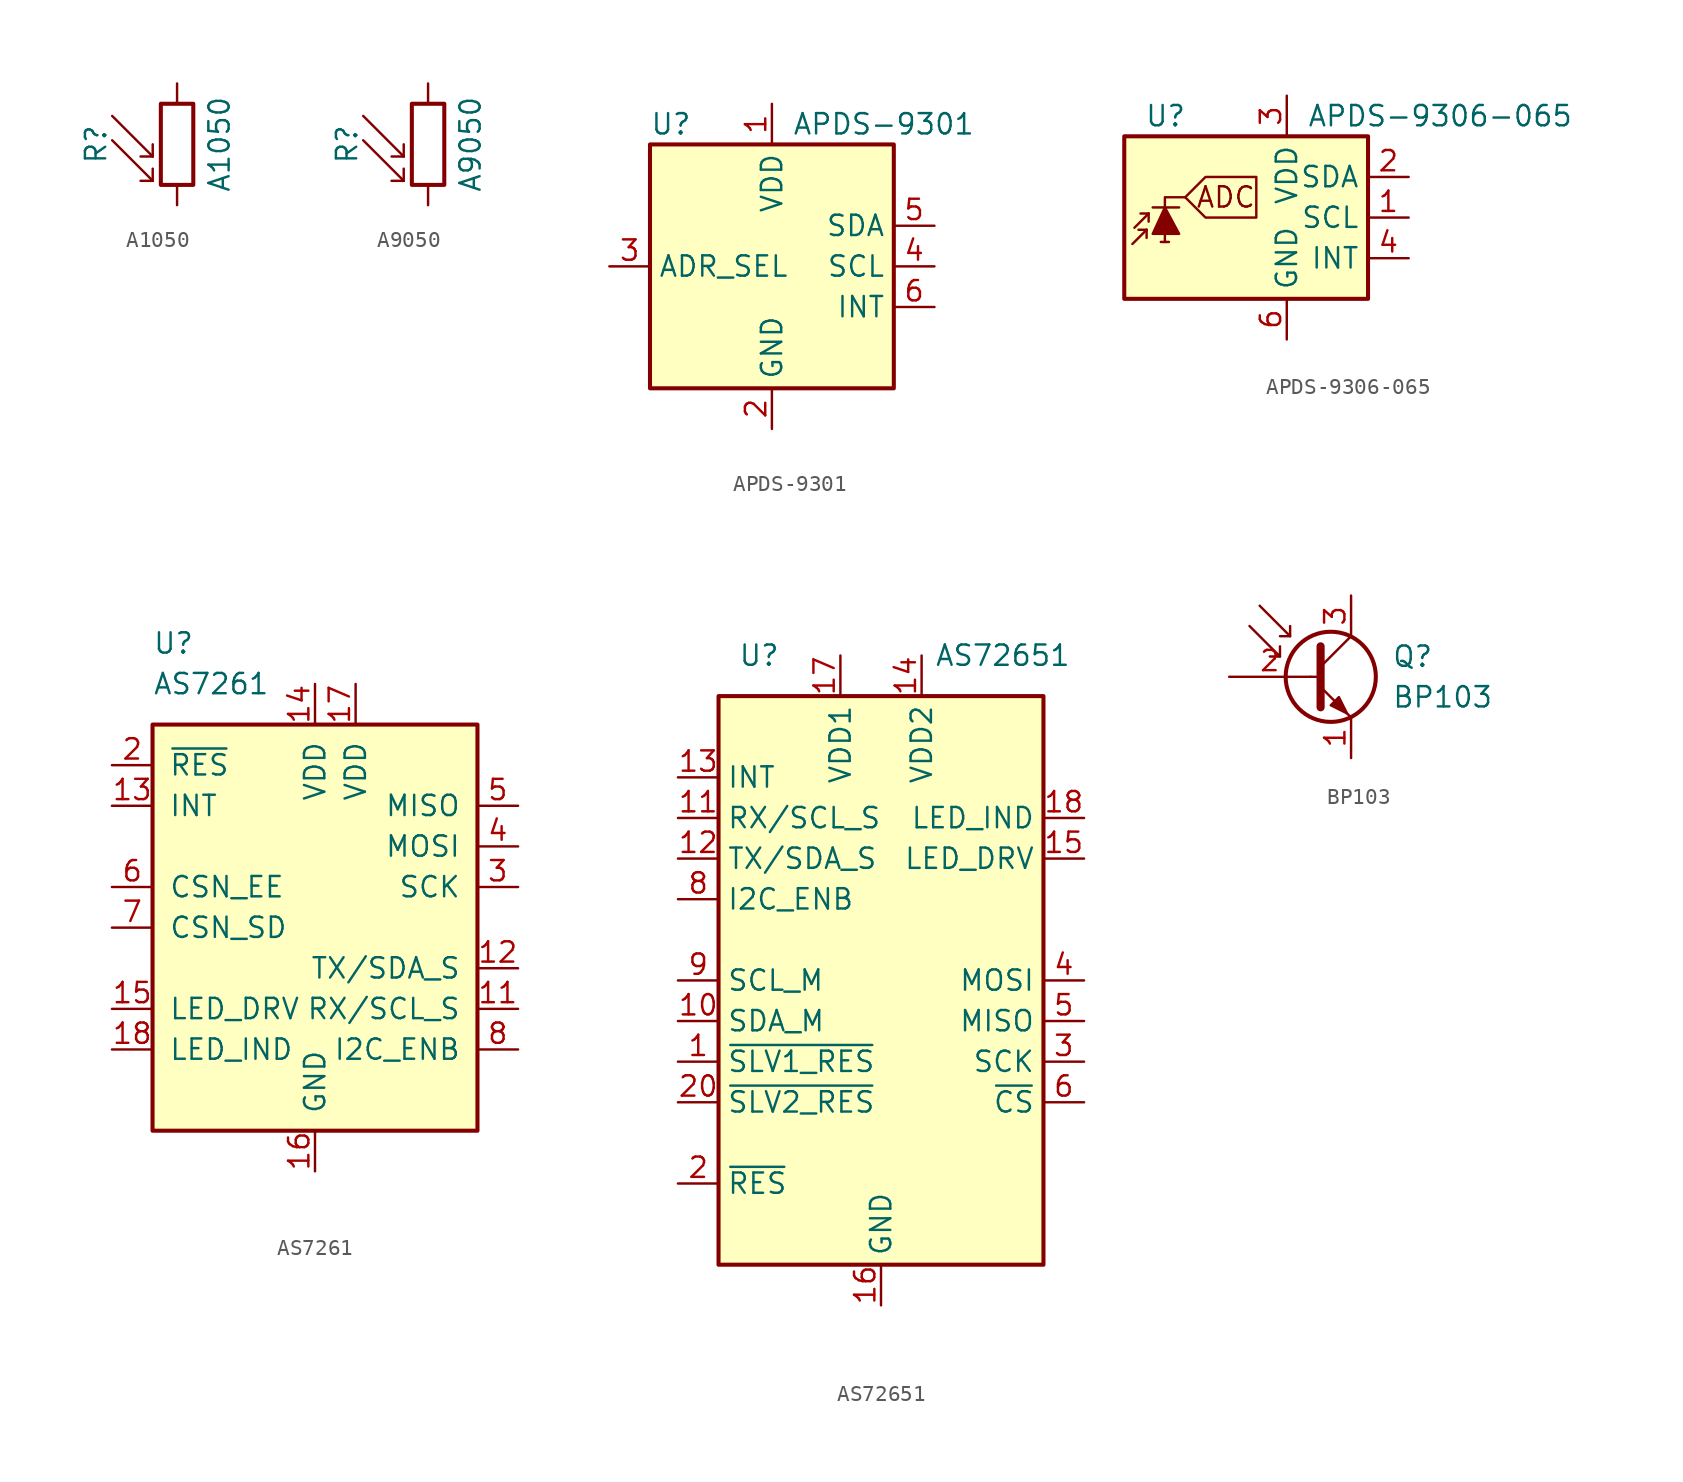
<source format=kicad_sym>
(kicad_symbol_lib
  (version 20201005)
  (generator kicad_symbol_editor)
  (symbol "A1050"
    (pin_numbers hide)
    (pin_names
      (offset 0))
    (property "Reference" "R"
      (at -5.08 0 90)
      (effects (font (size 1.27 1.27))))
    (property "Value" "A1050"
      (at 1.905 0 90)
      (effects (font (size 1.27 1.27)) (justify top)))
    (symbol "A1050_0_1"
      (rectangle (start -1.016 2.54) (end 1.016 -2.54) (stroke (width 0.254)) (fill (type none)))
      (polyline (pts (xy -1.524 -2.286) (xy -4.064 0.254)) (stroke (width 0)) (fill (type none)))
      (polyline (pts (xy -1.524 -2.286) (xy -2.286 -2.286)) (stroke (width 0)) (fill (type none)))
      (polyline (pts (xy -1.524 -2.286) (xy -1.524 -1.524)) (stroke (width 0)) (fill (type none)))
      (polyline (pts (xy -1.524 -0.762) (xy -4.064 1.778)) (stroke (width 0)) (fill (type none)))
      (polyline (pts (xy -1.524 -0.762) (xy -2.286 -0.762)) (stroke (width 0)) (fill (type none)))
      (polyline (pts (xy -1.524 -0.762) (xy -1.524 0)) (stroke (width 0)) (fill (type none))))
    (symbol "A1050_1_1"
      (pin passive line (at 0 3.81 270) (length 1.27) (name "~" (effects (font (size 1.27 1.27)))) (number "1" (effects (font (size 1.27 1.27)))))
      (pin passive line (at 0 -3.81 90) (length 1.27) (name "~" (effects (font (size 1.27 1.27)))) (number "2" (effects (font (size 1.27 1.27)))))))
  (symbol "A9050"
    (pin_numbers hide)
    (pin_names
      (offset 0))
    (property "Reference" "R"
      (at -5.08 0 90)
      (effects (font (size 1.27 1.27))))
    (property "Value" "A9050"
      (at 1.905 0 90)
      (effects (font (size 1.27 1.27)) (justify top)))
    (symbol "A9050_0_1"
      (rectangle (start -1.016 2.54) (end 1.016 -2.54) (stroke (width 0.254)) (fill (type none)))
      (polyline (pts (xy -1.524 -2.286) (xy -4.064 0.254)) (stroke (width 0)) (fill (type none)))
      (polyline (pts (xy -1.524 -2.286) (xy -2.286 -2.286)) (stroke (width 0)) (fill (type none)))
      (polyline (pts (xy -1.524 -2.286) (xy -1.524 -1.524)) (stroke (width 0)) (fill (type none)))
      (polyline (pts (xy -1.524 -0.762) (xy -4.064 1.778)) (stroke (width 0)) (fill (type none)))
      (polyline (pts (xy -1.524 -0.762) (xy -2.286 -0.762)) (stroke (width 0)) (fill (type none)))
      (polyline (pts (xy -1.524 -0.762) (xy -1.524 0)) (stroke (width 0)) (fill (type none))))
    (symbol "A9050_1_1"
      (pin passive line (at 0 3.81 270) (length 1.27) (name "~" (effects (font (size 1.27 1.27)))) (number "1" (effects (font (size 1.27 1.27)))))
      (pin passive line (at 0 -3.81 90) (length 1.27) (name "~" (effects (font (size 1.27 1.27)))) (number "2" (effects (font (size 1.27 1.27)))))))
  (symbol "APDS-9301"
    (property "Reference" "U"
      (at -7.62 8.89 0)
      (effects (font (size 1.27 1.27)) (justify left)))
    (property "Value" "APDS-9301"
      (at 1.27 8.89 0)
      (effects (font (size 1.27 1.27)) (justify left)))
    (symbol "APDS-9301_0_1"
      (rectangle (start -7.62 7.62) (end 7.62 -7.62) (stroke (width 0.254)) (fill (type background))))
    (symbol "APDS-9301_1_1"
      (pin power_in line (at 0 10.16 270) (length 2.54) (name "VDD" (effects (font (size 1.27 1.27)))) (number "1" (effects (font (size 1.27 1.27)))))
      (pin power_in line (at 0 -10.16 90) (length 2.54) (name "GND" (effects (font (size 1.27 1.27)))) (number "2" (effects (font (size 1.27 1.27)))))
      (pin input line (at -10.16 0 0) (length 2.54) (name "ADR_SEL" (effects (font (size 1.27 1.27)))) (number "3" (effects (font (size 1.27 1.27)))))
      (pin input line (at 10.16 0 180) (length 2.54) (name "SCL" (effects (font (size 1.27 1.27)))) (number "4" (effects (font (size 1.27 1.27)))))
      (pin bidirectional line (at 10.16 2.54 180) (length 2.54) (name "SDA" (effects (font (size 1.27 1.27)))) (number "5" (effects (font (size 1.27 1.27)))))
      (pin open_collector line (at 10.16 -2.54 180) (length 2.54) (name "INT" (effects (font (size 1.27 1.27)))) (number "6" (effects (font (size 1.27 1.27)))))))
  (symbol "APDS-9306-065"
    (property "Reference" "U"
      (at -6.35 6.35 0)
      (effects (font (size 1.27 1.27)) (justify left)))
    (property "Value" "APDS-9306-065"
      (at 3.81 6.35 0)
      (effects (font (size 1.27 1.27)) (justify left)))
    (symbol "APDS-9306-065_0_0"
      (text "ADC" (at -1.27 1.27 0) (effects (font (size 1.27 1.27))))
      (polyline (pts (xy -3.81 1.27) (xy -2.54 2.54) (xy 0.635 2.54) (xy 0.635 0) (xy -2.54 0) (xy -3.81 1.27)) (stroke (width 0)) (fill (type none))))
    (symbol "APDS-9306-065_0_1"
      (rectangle (start -7.62 5.08) (end 7.62 -5.08) (stroke (width 0.254)) (fill (type background))))
    (symbol "APDS-9306-065_1_0"
      (polyline (pts (xy -5.08 -1.524) (xy -5.08 1.27) (xy -3.81 1.27)) (stroke (width 0)) (fill (type none))))
    (symbol "APDS-9306-065_1_1"
      (polyline (pts (xy -6.223 -0.762) (xy -7.112 -1.651)) (stroke (width 0)) (fill (type none)))
      (polyline (pts (xy -6.223 -0.762) (xy -6.731 -0.762)) (stroke (width 0)) (fill (type none)))
      (polyline (pts (xy -6.223 -0.762) (xy -6.223 -1.27)) (stroke (width 0)) (fill (type none)))
      (polyline (pts (xy -6.096 0.254) (xy -6.985 -0.635)) (stroke (width 0)) (fill (type none)))
      (polyline (pts (xy -6.096 0.254) (xy -6.604 0.254)) (stroke (width 0)) (fill (type none)))
      (polyline (pts (xy -6.096 0.254) (xy -6.096 -0.254)) (stroke (width 0)) (fill (type none)))
      (polyline (pts (xy -5.842 0.635) (xy -4.191 0.635)) (stroke (width 0)) (fill (type none)))
      (polyline (pts (xy -4.826 -1.524) (xy -5.334 -1.524)) (stroke (width 0)) (fill (type none)))
      (polyline (pts (xy -5.842 -1.016) (xy -4.191 -1.016) (xy -5.08 0.635) (xy -5.842 -1.016)) (stroke (width 0)) (fill (type outline)))
      (pin input line (at 10.16 0 180) (length 2.54) (name "SCL" (effects (font (size 1.27 1.27)))) (number "1" (effects (font (size 1.27 1.27)))))
      (pin bidirectional line (at 10.16 2.54 180) (length 2.54) (name "SDA" (effects (font (size 1.27 1.27)))) (number "2" (effects (font (size 1.27 1.27)))))
      (pin power_in line (at 2.54 7.62 270) (length 2.54) (name "VDD" (effects (font (size 1.27 1.27)))) (number "3" (effects (font (size 1.27 1.27)))))
      (pin open_collector line (at 10.16 -2.54 180) (length 2.54) (name "INT" (effects (font (size 1.27 1.27)))) (number "4" (effects (font (size 1.27 1.27)))))
      (pin no_connect line (at -7.62 2.54 0) (length 2.54) hide (name "NC" (effects (font (size 1.27 1.27)))) (number "5" (effects (font (size 1.27 1.27)))))
      (pin power_in line (at 2.54 -7.62 90) (length 2.54) (name "GND" (effects (font (size 1.27 1.27)))) (number "6" (effects (font (size 1.27 1.27)))))))
  (symbol "AS7261"
    (pin_names
      (offset 1.016))
    (property "Reference" "U"
      (at -10.16 17.78 0)
      (effects (font (size 1.27 1.27)) (justify left)))
    (property "Value" "AS7261"
      (at -10.16 15.24 0)
      (effects (font (size 1.27 1.27)) (justify left)))
    (symbol "AS7261_0_1"
      (rectangle (start -10.16 12.7) (end 10.16 -12.7) (stroke (width 0.254)) (fill (type background))))
    (symbol "AS7261_1_1"
      (pin no_connect line (at 12.7 10.16 180) (length 2.54) hide (name "NF" (effects (font (size 1.27 1.27)))) (number "1" (effects (font (size 1.27 1.27)))))
      (pin no_connect line (at -12.7 5.08 0) (length 2.54) hide (name "NF" (effects (font (size 1.27 1.27)))) (number "10" (effects (font (size 1.27 1.27)))))
      (pin input line (at 12.7 -5.08 180) (length 2.54) (name "RX/SCL_S" (effects (font (size 1.27 1.27)))) (number "11" (effects (font (size 1.27 1.27)))))
      (pin bidirectional line (at 12.7 -2.54 180) (length 2.54) (name "TX/SDA_S" (effects (font (size 1.27 1.27)))) (number "12" (effects (font (size 1.27 1.27)))))
      (pin input line (at -12.7 7.62 0) (length 2.54) (name "INT" (effects (font (size 1.27 1.27)))) (number "13" (effects (font (size 1.27 1.27)))))
      (pin power_in line (at 0 15.24 270) (length 2.54) (name "VDD" (effects (font (size 1.27 1.27)))) (number "14" (effects (font (size 1.27 1.27)))))
      (pin output line (at -12.7 -5.08 0) (length 2.54) (name "LED_DRV" (effects (font (size 1.27 1.27)))) (number "15" (effects (font (size 1.27 1.27)))))
      (pin power_in line (at 0 -15.24 90) (length 2.54) (name "GND" (effects (font (size 1.27 1.27)))) (number "16" (effects (font (size 1.27 1.27)))))
      (pin power_in line (at 2.54 15.24 270) (length 2.54) (name "VDD" (effects (font (size 1.27 1.27)))) (number "17" (effects (font (size 1.27 1.27)))))
      (pin output line (at -12.7 -7.62 0) (length 2.54) (name "LED_IND" (effects (font (size 1.27 1.27)))) (number "18" (effects (font (size 1.27 1.27)))))
      (pin no_connect line (at -12.7 -2.54 0) (length 2.54) hide (name "NF" (effects (font (size 1.27 1.27)))) (number "19" (effects (font (size 1.27 1.27)))))
      (pin input line (at -12.7 10.16 0) (length 2.54) (name "~RES" (effects (font (size 1.27 1.27)))) (number "2" (effects (font (size 1.27 1.27)))))
      (pin no_connect line (at -12.7 -10.16 0) (length 2.54) hide (name "NF" (effects (font (size 1.27 1.27)))) (number "20" (effects (font (size 1.27 1.27)))))
      (pin input line (at 12.7 2.54 180) (length 2.54) (name "SCK" (effects (font (size 1.27 1.27)))) (number "3" (effects (font (size 1.27 1.27)))))
      (pin bidirectional line (at 12.7 5.08 180) (length 2.54) (name "MOSI" (effects (font (size 1.27 1.27)))) (number "4" (effects (font (size 1.27 1.27)))))
      (pin bidirectional line (at 12.7 7.62 180) (length 2.54) (name "MISO" (effects (font (size 1.27 1.27)))) (number "5" (effects (font (size 1.27 1.27)))))
      (pin input line (at -12.7 2.54 0) (length 2.54) (name "CSN_EE" (effects (font (size 1.27 1.27)))) (number "6" (effects (font (size 1.27 1.27)))))
      (pin input line (at -12.7 0 0) (length 2.54) (name "CSN_SD" (effects (font (size 1.27 1.27)))) (number "7" (effects (font (size 1.27 1.27)))))
      (pin input line (at 12.7 -7.62 180) (length 2.54) (name "I2C_ENB" (effects (font (size 1.27 1.27)))) (number "8" (effects (font (size 1.27 1.27)))))
      (pin no_connect line (at 12.7 -10.16 180) (length 2.54) hide (name "NF" (effects (font (size 1.27 1.27)))) (number "9" (effects (font (size 1.27 1.27)))))))
  (symbol "AS72651"
    (property "Reference" "U"
      (at -7.62 20.32 0)
      (effects (font (size 1.27 1.27))))
    (property "Value" "AS72651"
      (at 7.62 20.32 0)
      (effects (font (size 1.27 1.27))))
    (symbol "AS72651_0_1"
      (rectangle (start 10.16 -17.78) (end -10.16 17.78) (stroke (width 0.254)) (fill (type background))))
    (symbol "AS72651_1_1"
      (pin output line (at -12.7 -5.08 0) (length 2.54) (name "~SLV1_RES" (effects (font (size 1.27 1.27)))) (number "1" (effects (font (size 1.27 1.27)))))
      (pin bidirectional line (at -12.7 -2.54 0) (length 2.54) (name "SDA_M" (effects (font (size 1.27 1.27)))) (number "10" (effects (font (size 1.27 1.27)))))
      (pin input line (at -12.7 10.16 0) (length 2.54) (name "RX/SCL_S" (effects (font (size 1.27 1.27)))) (number "11" (effects (font (size 1.27 1.27)))))
      (pin bidirectional line (at -12.7 7.62 0) (length 2.54) (name "TX/SDA_S" (effects (font (size 1.27 1.27)))) (number "12" (effects (font (size 1.27 1.27)))))
      (pin output line (at -12.7 12.7 0) (length 2.54) (name "INT" (effects (font (size 1.27 1.27)))) (number "13" (effects (font (size 1.27 1.27)))))
      (pin power_in line (at 2.54 20.32 270) (length 2.54) (name "VDD2" (effects (font (size 1.27 1.27)))) (number "14" (effects (font (size 1.27 1.27)))))
      (pin output line (at 12.7 7.62 180) (length 2.54) (name "LED_DRV" (effects (font (size 1.27 1.27)))) (number "15" (effects (font (size 1.27 1.27)))))
      (pin power_in line (at 0 -20.32 90) (length 2.54) (name "GND" (effects (font (size 1.27 1.27)))) (number "16" (effects (font (size 1.27 1.27)))))
      (pin power_in line (at -2.54 20.32 270) (length 2.54) (name "VDD1" (effects (font (size 1.27 1.27)))) (number "17" (effects (font (size 1.27 1.27)))))
      (pin output line (at 12.7 10.16 180) (length 2.54) (name "LED_IND" (effects (font (size 1.27 1.27)))) (number "18" (effects (font (size 1.27 1.27)))))
      (pin no_connect line (at 10.16 -12.7 180) (length 2.54) hide (name "NC" (effects (font (size 1.27 1.27)))) (number "19" (effects (font (size 1.27 1.27)))))
      (pin input line (at -12.7 -12.7 0) (length 2.54) (name "~RES" (effects (font (size 1.27 1.27)))) (number "2" (effects (font (size 1.27 1.27)))))
      (pin output line (at -12.7 -7.62 0) (length 2.54) (name "~SLV2_RES" (effects (font (size 1.27 1.27)))) (number "20" (effects (font (size 1.27 1.27)))))
      (pin output line (at 12.7 -5.08 180) (length 2.54) (name "SCK" (effects (font (size 1.27 1.27)))) (number "3" (effects (font (size 1.27 1.27)))))
      (pin output line (at 12.7 0 180) (length 2.54) (name "MOSI" (effects (font (size 1.27 1.27)))) (number "4" (effects (font (size 1.27 1.27)))))
      (pin input line (at 12.7 -2.54 180) (length 2.54) (name "MISO" (effects (font (size 1.27 1.27)))) (number "5" (effects (font (size 1.27 1.27)))))
      (pin output line (at 12.7 -7.62 180) (length 2.54) (name "~CS" (effects (font (size 1.27 1.27)))) (number "6" (effects (font (size 1.27 1.27)))))
      (pin no_connect line (at 10.16 -10.16 180) (length 2.54) hide (name "NC" (effects (font (size 1.27 1.27)))) (number "7" (effects (font (size 1.27 1.27)))))
      (pin input line (at -12.7 5.08 0) (length 2.54) (name "I2C_ENB" (effects (font (size 1.27 1.27)))) (number "8" (effects (font (size 1.27 1.27)))))
      (pin output line (at -12.7 0 0) (length 2.54) (name "SCL_M" (effects (font (size 1.27 1.27)))) (number "9" (effects (font (size 1.27 1.27)))))))
  (symbol "BP103"
    (pin_names
      (offset 0) hide)
    (property "Reference" "Q"
      (at 5.08 1.27 0)
      (effects (font (size 1.27 1.27)) (justify left)))
    (property "Value" "BP103"
      (at 5.08 -1.27 0)
      (effects (font (size 1.27 1.27)) (justify left)))
    (symbol "BP103_0_0"
      (polyline (pts (xy 0 0) (xy 0.635 0)) (stroke (width 0)) (fill (type none))))
    (symbol "BP103_0_1"
      (circle (center 1.27 0) (radius 2.819) (stroke (width 0.254)) (fill (type none)))
      (polyline (pts (xy -1.905 1.27) (xy -2.54 1.27)) (stroke (width 0)) (fill (type none)))
      (polyline (pts (xy -1.27 2.54) (xy -1.905 2.54)) (stroke (width 0)) (fill (type none)))
      (polyline (pts (xy 0.635 0.635) (xy 2.54 2.54)) (stroke (width 0)) (fill (type none)))
      (polyline (pts (xy -3.81 3.175) (xy -1.905 1.27) (xy -1.905 1.905)) (stroke (width 0)) (fill (type none)))
      (polyline (pts (xy -3.175 4.445) (xy -1.27 2.54) (xy -1.27 3.175)) (stroke (width 0)) (fill (type none)))
      (polyline (pts (xy 0.635 -0.635) (xy 2.54 -2.54) (xy 2.54 -2.54)) (stroke (width 0)) (fill (type none)))
      (polyline (pts (xy 0.635 1.905) (xy 0.635 -1.905) (xy 0.635 -1.905)) (stroke (width 0.508)) (fill (type none)))
      (polyline (pts (xy 1.27 -1.778) (xy 1.778 -1.27) (xy 2.286 -2.286) (xy 1.27 -1.778) (xy 1.27 -1.778)) (stroke (width 0)) (fill (type outline))))
    (symbol "BP103_1_1"
      (pin passive line (at 2.54 -5.08 90) (length 2.54) (name "E" (effects (font (size 1.27 1.27)))) (number "1" (effects (font (size 1.27 1.27)))))
      (pin input line (at -5.08 0 0) (length 5.08) (name "B" (effects (font (size 1.27 1.27)))) (number "2" (effects (font (size 1.27 1.27)))))
      (pin passive line (at 2.54 5.08 270) (length 2.54) (name "C" (effects (font (size 1.27 1.27)))) (number "3" (effects (font (size 1.27 1.27))))))))
</source>
